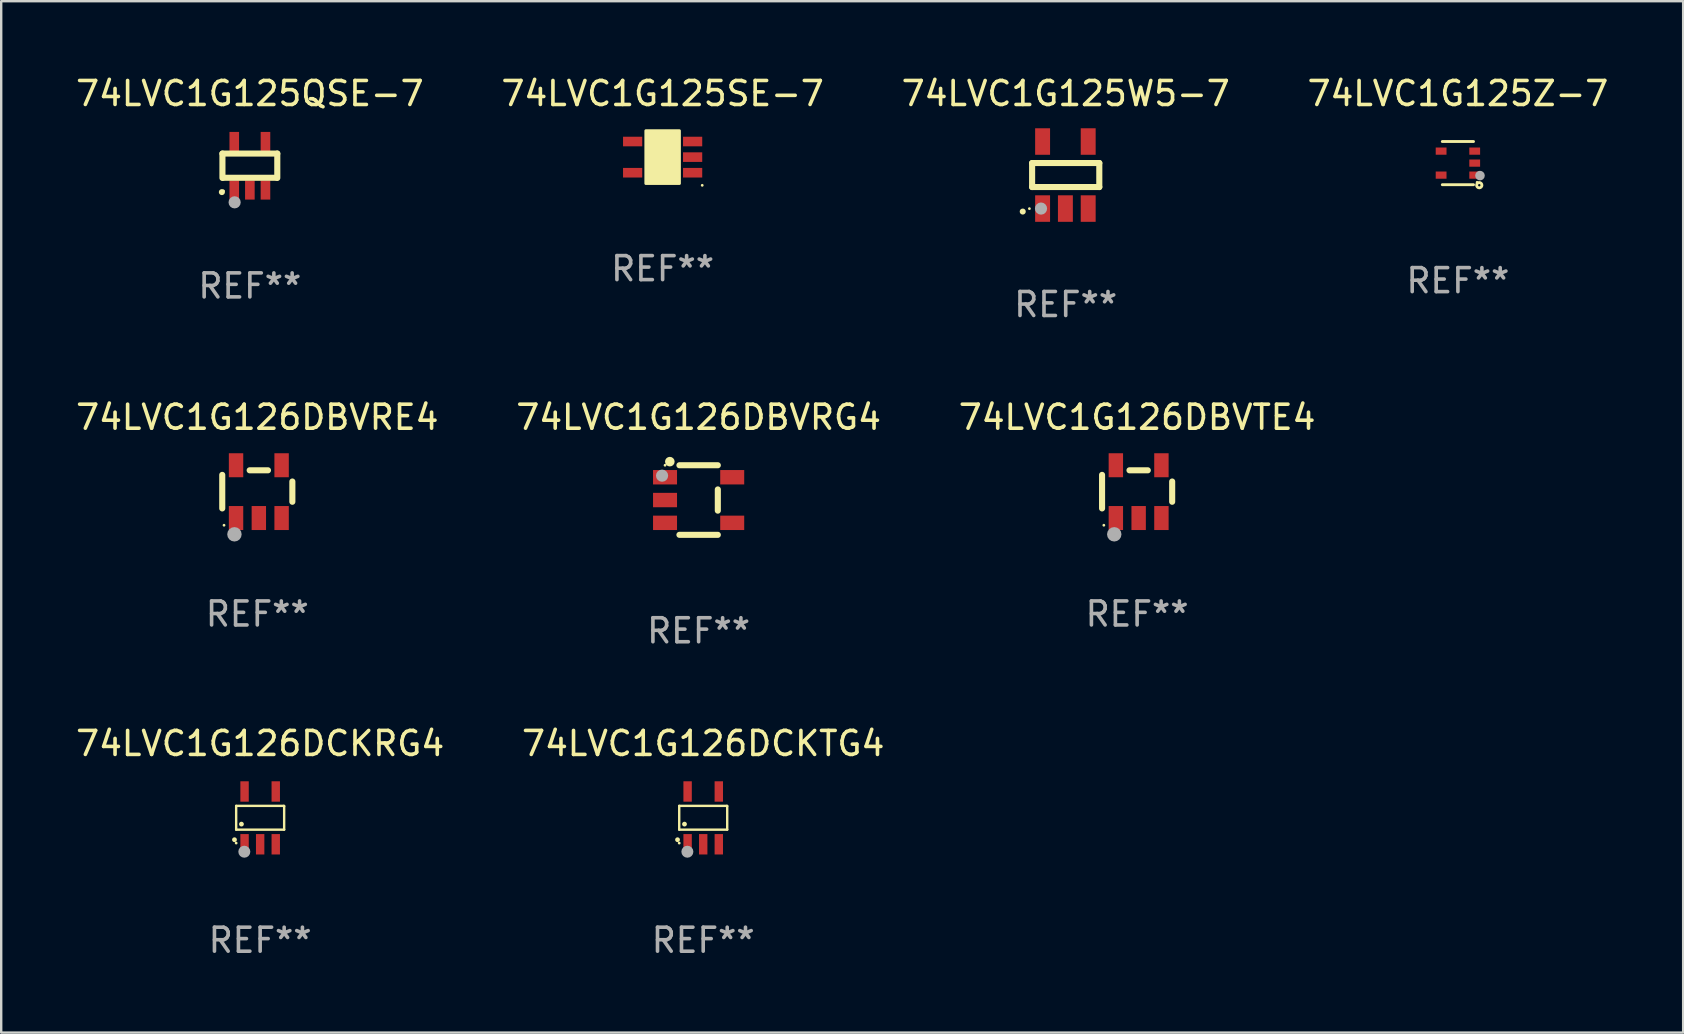
<source format=kicad_pcb>
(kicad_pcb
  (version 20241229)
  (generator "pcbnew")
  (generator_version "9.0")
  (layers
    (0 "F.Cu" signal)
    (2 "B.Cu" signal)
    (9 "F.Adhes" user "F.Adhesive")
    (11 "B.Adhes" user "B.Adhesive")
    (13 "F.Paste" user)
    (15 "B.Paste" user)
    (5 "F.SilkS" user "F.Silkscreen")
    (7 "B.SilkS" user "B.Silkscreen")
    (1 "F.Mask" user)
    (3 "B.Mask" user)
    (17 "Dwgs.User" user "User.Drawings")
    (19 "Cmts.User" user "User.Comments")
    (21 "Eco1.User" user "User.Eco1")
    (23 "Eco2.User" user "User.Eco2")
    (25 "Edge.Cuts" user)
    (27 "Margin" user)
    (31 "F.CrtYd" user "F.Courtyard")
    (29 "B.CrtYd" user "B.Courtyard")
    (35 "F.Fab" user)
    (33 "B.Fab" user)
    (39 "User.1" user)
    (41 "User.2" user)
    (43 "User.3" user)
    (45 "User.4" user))
  (footprint "74LVC1G125Z-7"
    (layer "F.Cu")
    (at 57.708 3.748)
    (property "Reference" "74LVC1G125Z-7" (at 0 -2.9 0) (layer "F.SilkS") (effects (font (size 1 1) (thickness 0.15))))
    (attr through_hole)
    (fp_line (start -0.65 -0.9) (end 0.65 -0.9) (stroke (width 0.12) (type solid)) (layer "F.SilkS"))
    (fp_line (start -0.65 0.9) (end 0.65 0.9) (stroke (width 0.12) (type solid)) (layer "F.SilkS"))
    (fp_circle (center 0.8 0.8) (end 0.83 0.8) (stroke (width 0.06) (type solid)) (fill no) (layer "F.SilkS"))
    (fp_circle (center 0.89 0.92) (end 0.94 0.92) (stroke (width 0.12) (type solid)) (fill no) (layer "F.SilkS"))
    (fp_circle (center 0.92 0.52) (end 1.02 0.52) (stroke (width 0.2) (type solid)) (fill no) (layer "F.Fab"))
    (fp_text user "REF**" (at 0 4.9 0) (layer "F.Fab") (effects (font (size 1 1) (thickness 0.15))))
    (pad "1" smd rect (at 0.7 0.5) (size 0.45 0.3) (layers "F.Cu" "F.Mask" "F.Paste"))
    (pad "2" smd rect (at 0.7 -0.000356) (size 0.45 0.3) (layers "F.Cu" "F.Mask" "F.Paste"))
    (pad "3" smd rect (at 0.7 -0.5) (size 0.45 0.3) (layers "F.Cu" "F.Mask" "F.Paste"))
    (pad "4" smd rect (at -0.7 -0.5) (size 0.45 0.3) (layers "F.Cu" "F.Mask" "F.Paste"))
    (pad "5" smd rect (at -0.7 0.5) (size 0.45 0.3) (layers "F.Cu" "F.Mask" "F.Paste")))
  (footprint "74LVC1G125QSE-7"
    (layer "F.Cu")
    (at 7.363 3.858)
    (property "Reference" "74LVC1G125QSE-7" (at 0 -3.01 0) (layer "F.SilkS") (effects (font (size 1 1) (thickness 0.15))))
    (attr through_hole)
    (fp_line (start -1.143 -0.508) (end -1.143 0.508) (stroke (width 0.254) (type solid)) (layer "F.SilkS"))
    (fp_line (start -1.1 0.5) (end 1.1 0.5) (stroke (width 0.254) (type solid)) (layer "F.SilkS"))
    (fp_line (start 1.143 -0.508) (end -1.143 -0.508) (stroke (width 0.254) (type solid)) (layer "F.SilkS"))
    (fp_line (start 1.143 0.508) (end 1.143 -0.508) (stroke (width 0.254) (type solid)) (layer "F.SilkS"))
    (fp_arc (start -1.167717 1.098095) (mid -1.166447 1.098088) (end -1.165177 1.098095) (stroke (width 0.24892) (type solid)) (layer "F.SilkS"))
    (fp_circle (center -1.1 1.05) (end -1.07 1.05) (stroke (width 0.06) (type solid)) (fill no) (layer "F.SilkS"))
    (fp_circle (center -0.635 1.524) (end -0.508 1.524) (stroke (width 0.254) (type solid)) (fill no) (layer "F.Fab"))
    (fp_text user "REF**" (at 0 5.01 0) (layer "F.Fab") (effects (font (size 1 1) (thickness 0.15))))
    (pad "1" smd rect (at -0.65 1.01 180) (size 0.4 0.8) (layers "F.Cu" "F.Mask" "F.Paste"))
    (pad "2" smd rect (at 0 1.01 180) (size 0.4 0.8) (layers "F.Cu" "F.Mask" "F.Paste"))
    (pad "3" smd rect (at 0.65 1.01 180) (size 0.4 0.8) (layers "F.Cu" "F.Mask" "F.Paste"))
    (pad "4" smd rect (at 0.65 -1.01 180) (size 0.4 0.8) (layers "F.Cu" "F.Mask" "F.Paste"))
    (pad "5" smd rect (at -0.65 -1.01 180) (size 0.4 0.8) (layers "F.Cu" "F.Mask" "F.Paste")))
  (footprint "74LVC1G126DCKRG4"
    (layer "F.Cu")
    (at 7.792 31.035)
    (property "Reference" "74LVC1G126DCKRG4" (at 0 -3.1 0) (layer "F.SilkS") (effects (font (size 1 1) (thickness 0.15))))
    (attr through_hole)
    (fp_line (start -1 -0.5) (end -1 0.49) (stroke (width 0.1) (type solid)) (layer "F.SilkS"))
    (fp_line (start -1 0.49) (end 1 0.49) (stroke (width 0.1) (type solid)) (layer "F.SilkS"))
    (fp_line (start 0.99 -0.5) (end -1 -0.5) (stroke (width 0.1) (type solid)) (layer "F.SilkS"))
    (fp_line (start 1 -0.49) (end 0.99 -0.5) (stroke (width 0.1) (type solid)) (layer "F.SilkS"))
    (fp_line (start 1 0.49) (end 1 -0.49) (stroke (width 0.1) (type solid)) (layer "F.SilkS"))
    (fp_circle (center -1.07 0.91) (end -1.02 0.91) (stroke (width 0.1) (type solid)) (fill no) (layer "F.SilkS"))
    (fp_circle (center -1 1.05) (end -0.97 1.05) (stroke (width 0.06) (type solid)) (fill no) (layer "F.SilkS"))
    (fp_circle (center -0.78 0.26) (end -0.73 0.26) (stroke (width 0.1) (type solid)) (fill no) (layer "F.SilkS"))
    (fp_circle (center -0.66 1.41) (end -0.535 1.41) (stroke (width 0.25) (type solid)) (fill no) (layer "F.Fab"))
    (fp_text user "REF**" (at 0 5.1 0) (layer "F.Fab") (effects (font (size 1 1) (thickness 0.15))))
    (pad "1" smd rect (at -0.65 1.1) (size 0.35 0.85) (layers "F.Cu" "F.Mask" "F.Paste"))
    (pad "2" smd rect (at 0.000051 1.1) (size 0.35 0.85) (layers "F.Cu" "F.Mask" "F.Paste"))
    (pad "3" smd rect (at 0.65 1.1) (size 0.35 0.85) (layers "F.Cu" "F.Mask" "F.Paste"))
    (pad "4" smd rect (at 0.65 -1.1) (size 0.35 0.85) (layers "F.Cu" "F.Mask" "F.Paste"))
    (pad "5" smd rect (at -0.65 -1.1) (size 0.35 0.85) (layers "F.Cu" "F.Mask" "F.Paste")))
  (footprint "74LVC1G126DBVTE4"
    (layer "F.Cu")
    (at 44.339 17.439)
    (property "Reference" "74LVC1G126DBVTE4" (at 0 -3.1 0) (layer "F.SilkS") (effects (font (size 1 1) (thickness 0.15))))
    (attr through_hole)
    (fp_line (start -1.461 -0.699) (end -1.461 0.699) (stroke (width 0.254) (type solid)) (layer "F.SilkS"))
    (fp_line (start -0.318 -0.889) (end 0.445 -0.889) (stroke (width 0.254) (type solid)) (layer "F.SilkS"))
    (fp_line (start 1.461 -0.422) (end 1.461 0.422) (stroke (width 0.254) (type solid)) (layer "F.SilkS"))
    (fp_circle (center -1.387 1.4) (end -1.357 1.4) (stroke (width 0.06) (type solid)) (fill no) (layer "F.SilkS"))
    (fp_circle (center -0.953 1.778) (end -0.802 1.778) (stroke (width 0.3) (type solid)) (fill no) (layer "F.Fab"))
    (fp_text user "REF**" (at 0 5.1 0) (layer "F.Fab") (effects (font (size 1 1) (thickness 0.15))))
    (pad "1" smd rect (at -0.886 1.1) (size 0.6 1) (layers "F.Cu" "F.Mask" "F.Paste"))
    (pad "2" smd rect (at 0.064 1.1) (size 0.6 1) (layers "F.Cu" "F.Mask" "F.Paste"))
    (pad "3" smd rect (at 1.013 1.1) (size 0.6 1) (layers "F.Cu" "F.Mask" "F.Paste"))
    (pad "4" smd rect (at 1.013 -1.1) (size 0.6 1) (layers "F.Cu" "F.Mask" "F.Paste"))
    (pad "5" smd rect (at -0.886 -1.1) (size 0.6 1) (layers "F.Cu" "F.Mask" "F.Paste")))
  (footprint "74LVC1G125SE-7"
    (layer "F.Cu")
    (at 24.565 3.498)
    (property "Reference" "74LVC1G125SE-7" (at 0 -2.65 0) (layer "F.SilkS") (effects (font (size 1 1) (thickness 0.15))))
    (attr through_hole)
    (fp_arc (start 0.381001 0.637541) (mid 0.380995 0.636271) (end 0.381001 0.635001) (stroke (width 0.24892) (type solid)) (layer "F.SilkS"))
    (fp_circle (center 1.65 1.175) (end 1.68 1.175) (stroke (width 0.06) (type solid)) (fill no) (layer "F.SilkS"))
    (fp_poly (pts (xy -0.7 -1.1) (xy 0.7 -1.1) (xy 0.7 1.1) (xy -0.7 1.1)) (stroke (width 0.12) (type solid)) (fill yes) (layer "F.SilkS"))
    (fp_text user "REF**" (at 0 4.65 0) (layer "F.Fab") (effects (font (size 1 1) (thickness 0.15))))
    (pad "1" smd rect (at 1.25 0.65 270) (size 0.4 0.8) (layers "F.Cu" "F.Mask" "F.Paste"))
    (pad "2" smd rect (at 1.25 0 270) (size 0.4 0.8) (layers "F.Cu" "F.Mask" "F.Paste"))
    (pad "3" smd rect (at 1.25 -0.65 270) (size 0.4 0.8) (layers "F.Cu" "F.Mask" "F.Paste"))
    (pad "4" smd rect (at -1.25 -0.65 270) (size 0.4 0.8) (layers "F.Cu" "F.Mask" "F.Paste"))
    (pad "5" smd rect (at -1.25 0.65 270) (size 0.4 0.8) (layers "F.Cu" "F.Mask" "F.Paste")))
  (footprint "74LVC1G126DCKTG4"
    (layer "F.Cu")
    (at 26.256 31.035)
    (property "Reference" "74LVC1G126DCKTG4" (at 0 -3.1 0) (layer "F.SilkS") (effects (font (size 1 1) (thickness 0.15))))
    (attr through_hole)
    (fp_line (start -1 -0.5) (end -1 0.49) (stroke (width 0.1) (type solid)) (layer "F.SilkS"))
    (fp_line (start -1 0.49) (end 1 0.49) (stroke (width 0.1) (type solid)) (layer "F.SilkS"))
    (fp_line (start 0.99 -0.5) (end -1 -0.5) (stroke (width 0.1) (type solid)) (layer "F.SilkS"))
    (fp_line (start 1 -0.49) (end 0.99 -0.5) (stroke (width 0.1) (type solid)) (layer "F.SilkS"))
    (fp_line (start 1 0.49) (end 1 -0.49) (stroke (width 0.1) (type solid)) (layer "F.SilkS"))
    (fp_circle (center -1.07 0.91) (end -1.02 0.91) (stroke (width 0.1) (type solid)) (fill no) (layer "F.SilkS"))
    (fp_circle (center -1 1.05) (end -0.97 1.05) (stroke (width 0.06) (type solid)) (fill no) (layer "F.SilkS"))
    (fp_circle (center -0.78 0.26) (end -0.73 0.26) (stroke (width 0.1) (type solid)) (fill no) (layer "F.SilkS"))
    (fp_circle (center -0.66 1.41) (end -0.535 1.41) (stroke (width 0.25) (type solid)) (fill no) (layer "F.Fab"))
    (fp_text user "REF**" (at 0 5.1 0) (layer "F.Fab") (effects (font (size 1 1) (thickness 0.15))))
    (pad "1" smd rect (at -0.65 1.1) (size 0.35 0.85) (layers "F.Cu" "F.Mask" "F.Paste"))
    (pad "2" smd rect (at 0.000051 1.1) (size 0.35 0.85) (layers "F.Cu" "F.Mask" "F.Paste"))
    (pad "3" smd rect (at 0.65 1.1) (size 0.35 0.85) (layers "F.Cu" "F.Mask" "F.Paste"))
    (pad "4" smd rect (at 0.65 -1.1) (size 0.35 0.85) (layers "F.Cu" "F.Mask" "F.Paste"))
    (pad "5" smd rect (at -0.65 -1.1) (size 0.35 0.85) (layers "F.Cu" "F.Mask" "F.Paste")))
  (footprint "74LVC1G126DBVRE4"
    (layer "F.Cu")
    (at 7.673 17.439)
    (property "Reference" "74LVC1G126DBVRE4" (at 0 -3.1 0) (layer "F.SilkS") (effects (font (size 1 1) (thickness 0.15))))
    (attr through_hole)
    (fp_line (start -1.461 -0.699) (end -1.461 0.699) (stroke (width 0.254) (type solid)) (layer "F.SilkS"))
    (fp_line (start -0.318 -0.889) (end 0.445 -0.889) (stroke (width 0.254) (type solid)) (layer "F.SilkS"))
    (fp_line (start 1.461 -0.422) (end 1.461 0.422) (stroke (width 0.254) (type solid)) (layer "F.SilkS"))
    (fp_circle (center -1.387 1.4) (end -1.357 1.4) (stroke (width 0.06) (type solid)) (fill no) (layer "F.SilkS"))
    (fp_circle (center -0.953 1.778) (end -0.802 1.778) (stroke (width 0.3) (type solid)) (fill no) (layer "F.Fab"))
    (fp_text user "REF**" (at 0 5.1 0) (layer "F.Fab") (effects (font (size 1 1) (thickness 0.15))))
    (pad "1" smd rect (at -0.886 1.1) (size 0.6 1) (layers "F.Cu" "F.Mask" "F.Paste"))
    (pad "2" smd rect (at 0.064 1.1) (size 0.6 1) (layers "F.Cu" "F.Mask" "F.Paste"))
    (pad "3" smd rect (at 1.013 1.1) (size 0.6 1) (layers "F.Cu" "F.Mask" "F.Paste"))
    (pad "4" smd rect (at 1.013 -1.1) (size 0.6 1) (layers "F.Cu" "F.Mask" "F.Paste"))
    (pad "5" smd rect (at -0.886 -1.1) (size 0.6 1) (layers "F.Cu" "F.Mask" "F.Paste")))
  (footprint "74LVC1G125W5-7"
    (layer "F.Cu")
    (at 41.363 4.245)
    (property "Reference" "74LVC1G125W5-7" (at 0 -3.397 0) (layer "F.SilkS") (effects (font (size 1 1) (thickness 0.15))))
    (attr through_hole)
    (fp_line (start -1.4 -0.5) (end 1.4 -0.5) (stroke (width 0.254) (type solid)) (layer "F.SilkS"))
    (fp_line (start -1.4 0.5) (end -1.4 -0.5) (stroke (width 0.254) (type solid)) (layer "F.SilkS"))
    (fp_line (start 1.4 -0.5) (end 1.4 0.5) (stroke (width 0.254) (type solid)) (layer "F.SilkS"))
    (fp_line (start 1.4 0.5) (end -1.4 0.5) (stroke (width 0.254) (type solid)) (layer "F.SilkS"))
    (fp_arc (start -1.791948 1.521463) (mid -1.790678 1.521457) (end -1.789408 1.521463) (stroke (width 0.24892) (type solid)) (layer "F.SilkS"))
    (fp_circle (center -1.513 1.4) (end -1.483 1.4) (stroke (width 0.06) (type solid)) (fill no) (layer "F.SilkS"))
    (fp_circle (center -1.029 1.397) (end -0.902 1.397) (stroke (width 0.254) (type solid)) (fill no) (layer "F.Fab"))
    (fp_text user "REF**" (at 0 5.397 0) (layer "F.Fab") (effects (font (size 1 1) (thickness 0.15))))
    (pad "1" smd rect (at -0.963 1.397) (size 0.622 1.105) (layers "F.Cu" "F.Mask" "F.Paste"))
    (pad "2" smd rect (at -0.013 1.397) (size 0.622 1.105) (layers "F.Cu" "F.Mask" "F.Paste"))
    (pad "3" smd rect (at 0.937 1.397) (size 0.622 1.105) (layers "F.Cu" "F.Mask" "F.Paste"))
    (pad "4" smd rect (at 0.937 -1.397) (size 0.622 1.105) (layers "F.Cu" "F.Mask" "F.Paste"))
    (pad "5" smd rect (at -0.963 -1.397) (size 0.622 1.105) (layers "F.Cu" "F.Mask" "F.Paste")))
  (footprint "74LVC1G126DBVRG4"
    (layer "F.Cu")
    (at 26.065 17.789)
    (property "Reference" "74LVC1G126DBVRG4" (at 0 -3.45 0) (layer "F.SilkS") (effects (font (size 1 1) (thickness 0.15))))
    (attr through_hole)
    (fp_line (start 0.8 -1.45) (end -0.8 -1.45) (stroke (width 0.254) (type solid)) (layer "F.SilkS"))
    (fp_line (start 0.8 -0.442) (end 0.8 0.442) (stroke (width 0.254) (type solid)) (layer "F.SilkS"))
    (fp_line (start 0.8 1.45) (end -0.8 1.45) (stroke (width 0.254) (type solid)) (layer "F.SilkS"))
    (fp_circle (center -1.4 -1.45) (end -1.37 -1.45) (stroke (width 0.06) (type solid)) (fill no) (layer "F.SilkS"))
    (fp_circle (center -1.2 -1.6) (end -1.1 -1.6) (stroke (width 0.2) (type solid)) (fill no) (layer "F.SilkS"))
    (fp_circle (center -1.524 -1.016) (end -1.397 -1.016) (stroke (width 0.254) (type solid)) (fill no) (layer "F.Fab"))
    (fp_text user "REF**" (at 0 5.45 0) (layer "F.Fab") (effects (font (size 1 1) (thickness 0.15))))
    (pad "1" smd rect (at -1.4 -0.95 180) (size 1 0.6) (layers "F.Cu" "F.Mask" "F.Paste"))
    (pad "2" smd rect (at -1.4 0.000114 180) (size 1 0.6) (layers "F.Cu" "F.Mask" "F.Paste"))
    (pad "3" smd rect (at -1.4 0.95 180) (size 1 0.6) (layers "F.Cu" "F.Mask" "F.Paste"))
    (pad "4" smd rect (at 1.4 0.95) (size 1 0.6) (layers "F.Cu" "F.Mask" "F.Paste"))
    (pad "5" smd rect (at 1.4 -0.95) (size 1 0.6) (layers "F.Cu" "F.Mask" "F.Paste")))
  (gr_rect
    (start -3 -3)
    (end 67.095 39.983)
    (stroke (width 0.1) (type default))
    (fill no)
    (layer "Edge.Cuts")))
</source>
